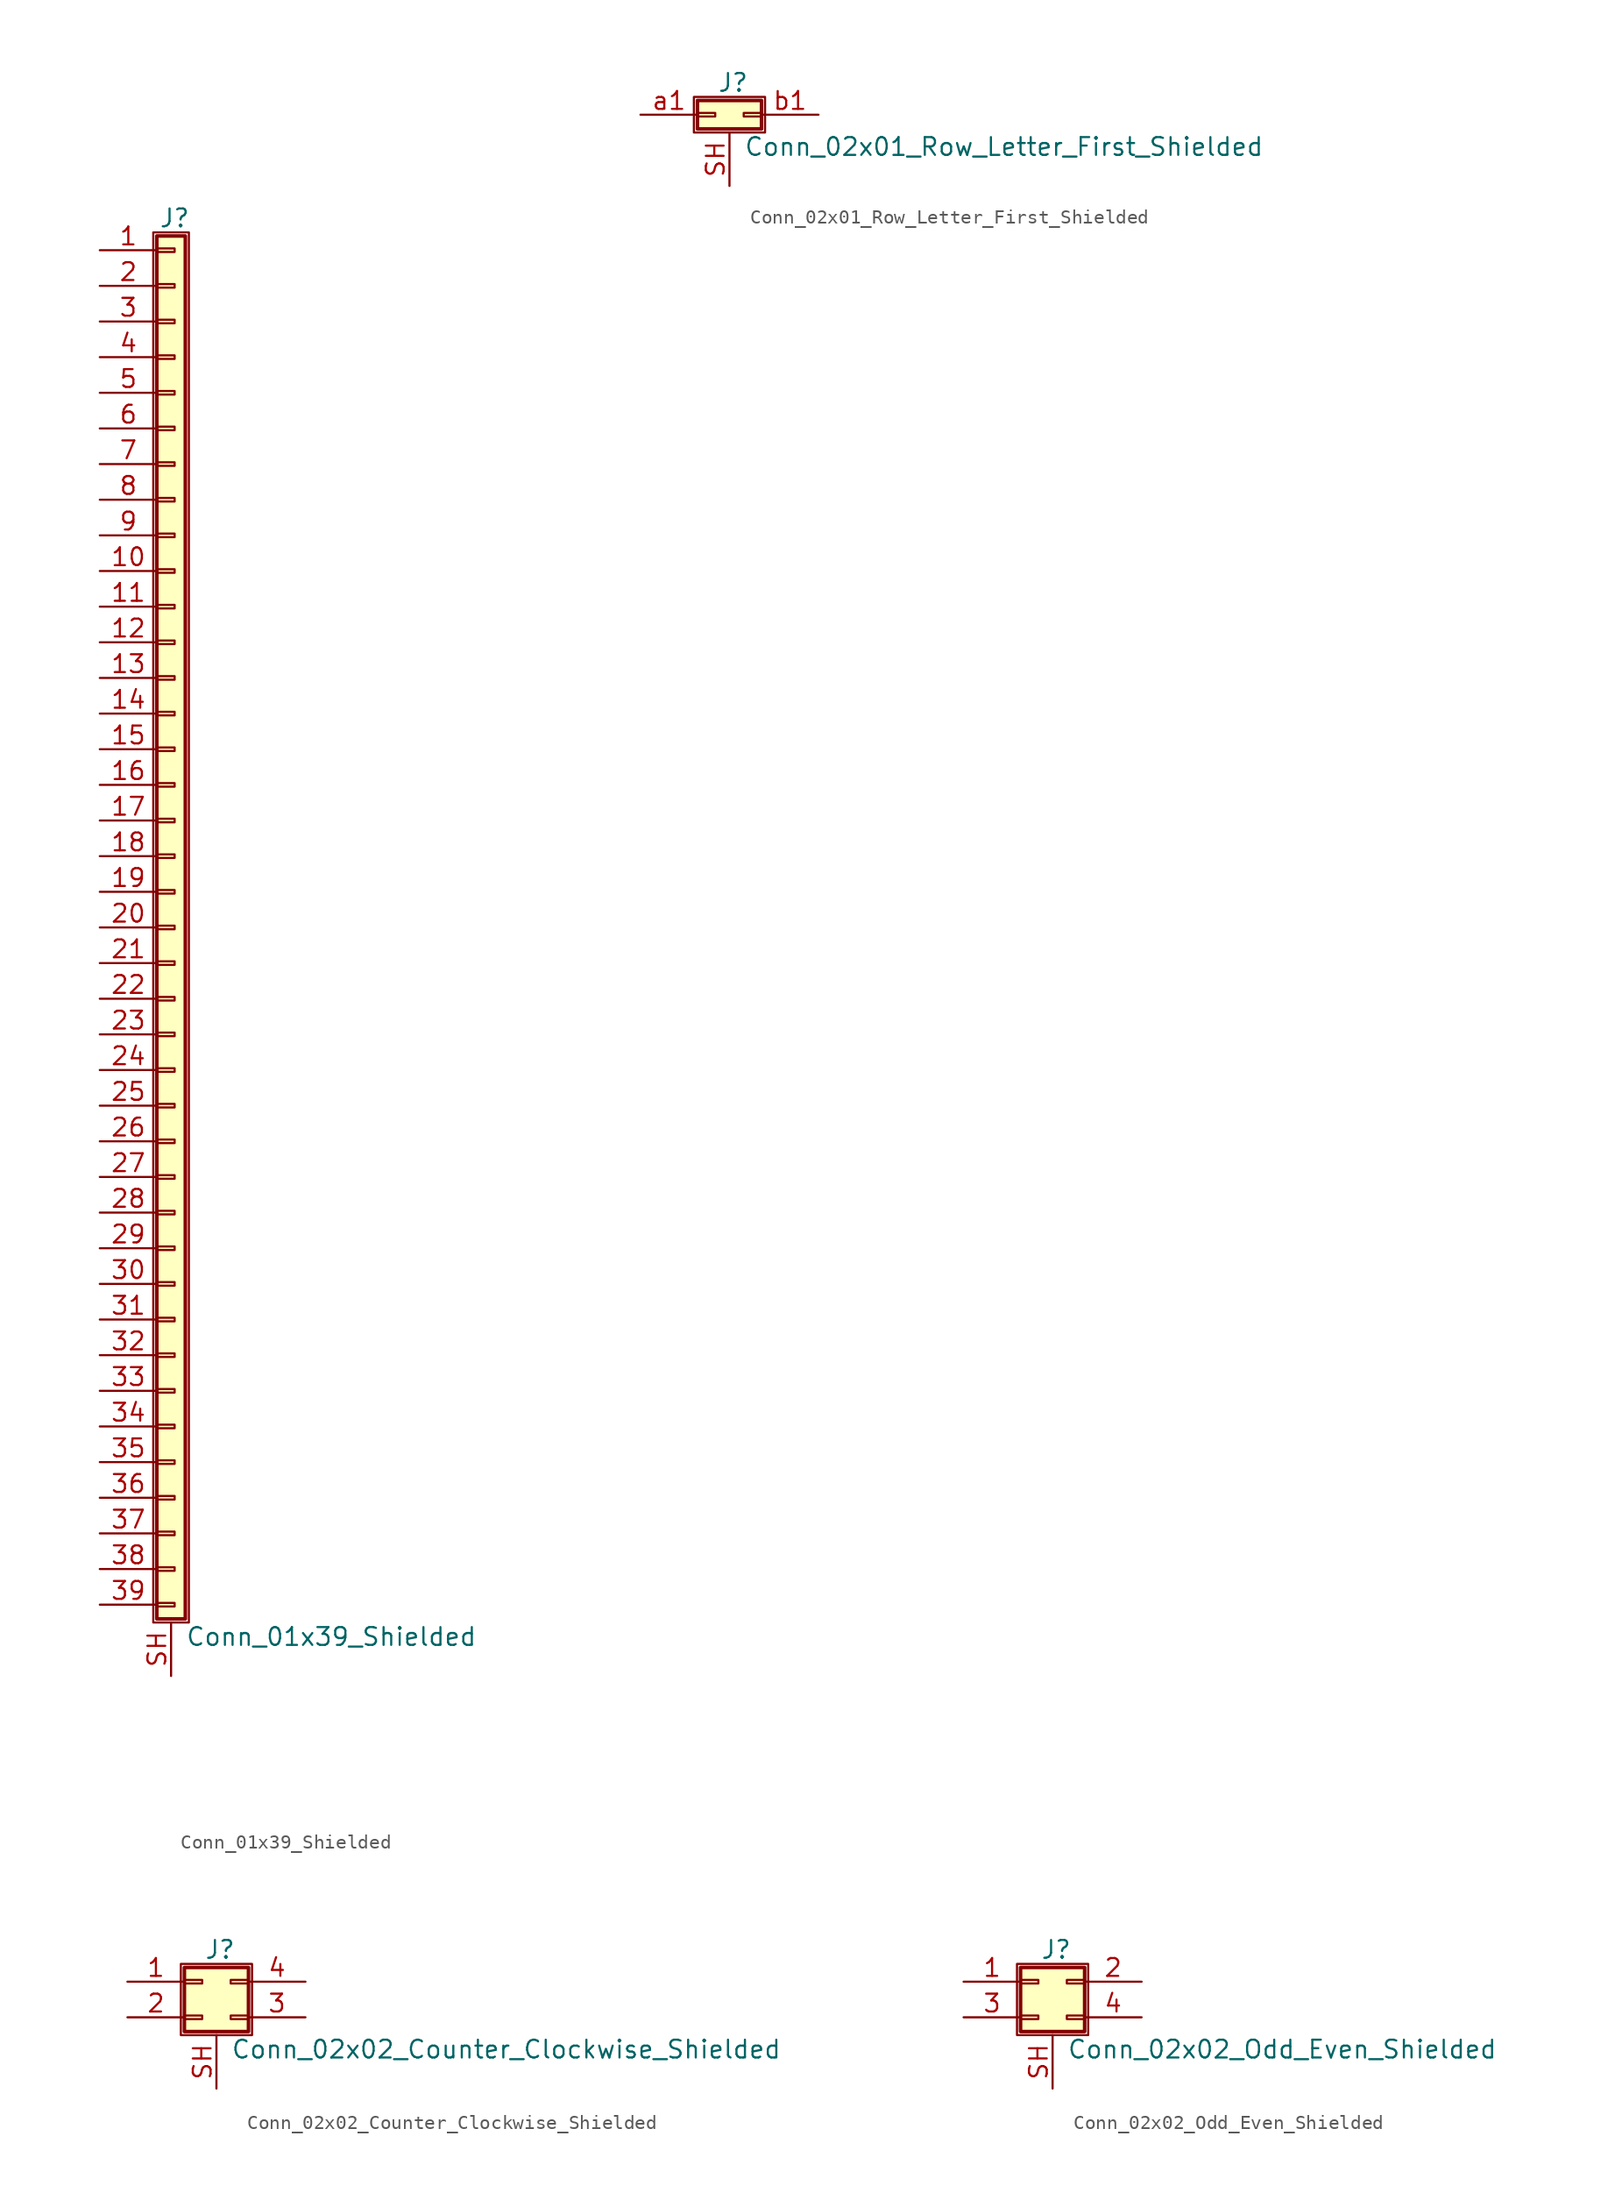
<source format=kicad_sym>
(kicad_symbol_lib
  (version 20220914)
  (generator kicad_symbol_editor)
  (symbol "Conn_01x39_Shielded"
    (pin_names
      (offset 1.016) hide)
    (property "Reference" "J"
      (at 0.254 50.546 0)
      (effects (font (size 1.27 1.27))))
    (property "Value" "Conn_01x39_Shielded"
      (at 1.016 -50.546 0)
      (effects (font (size 1.27 1.27)) (justify left)))
    (symbol "Conn_01x39_Shielded_1_1"
      (rectangle (start -1.27 49.53) (end 1.27 -49.53) (stroke (width 0.152) (type default)) (fill (type none)))
      (rectangle (start -1.016 -48.133) (end 0.254 -48.387) (stroke (width 0.152) (type default)) (fill (type none)))
      (rectangle (start -1.016 -45.593) (end 0.254 -45.847) (stroke (width 0.152) (type default)) (fill (type none)))
      (rectangle (start -1.016 -43.053) (end 0.254 -43.307) (stroke (width 0.152) (type default)) (fill (type none)))
      (rectangle (start -1.016 -40.513) (end 0.254 -40.767) (stroke (width 0.152) (type default)) (fill (type none)))
      (rectangle (start -1.016 -37.973) (end 0.254 -38.227) (stroke (width 0.152) (type default)) (fill (type none)))
      (rectangle (start -1.016 -35.433) (end 0.254 -35.687) (stroke (width 0.152) (type default)) (fill (type none)))
      (rectangle (start -1.016 -32.893) (end 0.254 -33.147) (stroke (width 0.152) (type default)) (fill (type none)))
      (rectangle (start -1.016 -30.353) (end 0.254 -30.607) (stroke (width 0.152) (type default)) (fill (type none)))
      (rectangle (start -1.016 -27.813) (end 0.254 -28.067) (stroke (width 0.152) (type default)) (fill (type none)))
      (rectangle (start -1.016 -25.273) (end 0.254 -25.527) (stroke (width 0.152) (type default)) (fill (type none)))
      (rectangle (start -1.016 -22.733) (end 0.254 -22.987) (stroke (width 0.152) (type default)) (fill (type none)))
      (rectangle (start -1.016 -20.193) (end 0.254 -20.447) (stroke (width 0.152) (type default)) (fill (type none)))
      (rectangle (start -1.016 -17.653) (end 0.254 -17.907) (stroke (width 0.152) (type default)) (fill (type none)))
      (rectangle (start -1.016 -15.113) (end 0.254 -15.367) (stroke (width 0.152) (type default)) (fill (type none)))
      (rectangle (start -1.016 -12.573) (end 0.254 -12.827) (stroke (width 0.152) (type default)) (fill (type none)))
      (rectangle (start -1.016 -10.033) (end 0.254 -10.287) (stroke (width 0.152) (type default)) (fill (type none)))
      (rectangle (start -1.016 -7.493) (end 0.254 -7.747) (stroke (width 0.152) (type default)) (fill (type none)))
      (rectangle (start -1.016 -4.953) (end 0.254 -5.207) (stroke (width 0.152) (type default)) (fill (type none)))
      (rectangle (start -1.016 -2.413) (end 0.254 -2.667) (stroke (width 0.152) (type default)) (fill (type none)))
      (rectangle (start -1.016 0.127) (end 0.254 -0.127) (stroke (width 0.152) (type default)) (fill (type none)))
      (rectangle (start -1.016 2.667) (end 0.254 2.413) (stroke (width 0.152) (type default)) (fill (type none)))
      (rectangle (start -1.016 5.207) (end 0.254 4.953) (stroke (width 0.152) (type default)) (fill (type none)))
      (rectangle (start -1.016 7.747) (end 0.254 7.493) (stroke (width 0.152) (type default)) (fill (type none)))
      (rectangle (start -1.016 10.287) (end 0.254 10.033) (stroke (width 0.152) (type default)) (fill (type none)))
      (rectangle (start -1.016 12.827) (end 0.254 12.573) (stroke (width 0.152) (type default)) (fill (type none)))
      (rectangle (start -1.016 15.367) (end 0.254 15.113) (stroke (width 0.152) (type default)) (fill (type none)))
      (rectangle (start -1.016 17.907) (end 0.254 17.653) (stroke (width 0.152) (type default)) (fill (type none)))
      (rectangle (start -1.016 20.447) (end 0.254 20.193) (stroke (width 0.152) (type default)) (fill (type none)))
      (rectangle (start -1.016 22.987) (end 0.254 22.733) (stroke (width 0.152) (type default)) (fill (type none)))
      (rectangle (start -1.016 25.527) (end 0.254 25.273) (stroke (width 0.152) (type default)) (fill (type none)))
      (rectangle (start -1.016 28.067) (end 0.254 27.813) (stroke (width 0.152) (type default)) (fill (type none)))
      (rectangle (start -1.016 30.607) (end 0.254 30.353) (stroke (width 0.152) (type default)) (fill (type none)))
      (rectangle (start -1.016 33.147) (end 0.254 32.893) (stroke (width 0.152) (type default)) (fill (type none)))
      (rectangle (start -1.016 35.687) (end 0.254 35.433) (stroke (width 0.152) (type default)) (fill (type none)))
      (rectangle (start -1.016 38.227) (end 0.254 37.973) (stroke (width 0.152) (type default)) (fill (type none)))
      (rectangle (start -1.016 40.767) (end 0.254 40.513) (stroke (width 0.152) (type default)) (fill (type none)))
      (rectangle (start -1.016 43.307) (end 0.254 43.053) (stroke (width 0.152) (type default)) (fill (type none)))
      (rectangle (start -1.016 45.847) (end 0.254 45.593) (stroke (width 0.152) (type default)) (fill (type none)))
      (rectangle (start -1.016 48.387) (end 0.254 48.133) (stroke (width 0.152) (type default)) (fill (type none)))
      (rectangle (start -1.016 49.276) (end 1.016 -49.276) (stroke (width 0.254) (type default)) (fill (type background)))
      (pin passive line (at -5.08 48.26 0) (length 4.064) (name "Pin_1" (effects (font (size 1.27 1.27)))) (number "1" (effects (font (size 1.27 1.27)))))
      (pin passive line (at -5.08 25.4 0) (length 4.064) (name "Pin_10" (effects (font (size 1.27 1.27)))) (number "10" (effects (font (size 1.27 1.27)))))
      (pin passive line (at -5.08 22.86 0) (length 4.064) (name "Pin_11" (effects (font (size 1.27 1.27)))) (number "11" (effects (font (size 1.27 1.27)))))
      (pin passive line (at -5.08 20.32 0) (length 4.064) (name "Pin_12" (effects (font (size 1.27 1.27)))) (number "12" (effects (font (size 1.27 1.27)))))
      (pin passive line (at -5.08 17.78 0) (length 4.064) (name "Pin_13" (effects (font (size 1.27 1.27)))) (number "13" (effects (font (size 1.27 1.27)))))
      (pin passive line (at -5.08 15.24 0) (length 4.064) (name "Pin_14" (effects (font (size 1.27 1.27)))) (number "14" (effects (font (size 1.27 1.27)))))
      (pin passive line (at -5.08 12.7 0) (length 4.064) (name "Pin_15" (effects (font (size 1.27 1.27)))) (number "15" (effects (font (size 1.27 1.27)))))
      (pin passive line (at -5.08 10.16 0) (length 4.064) (name "Pin_16" (effects (font (size 1.27 1.27)))) (number "16" (effects (font (size 1.27 1.27)))))
      (pin passive line (at -5.08 7.62 0) (length 4.064) (name "Pin_17" (effects (font (size 1.27 1.27)))) (number "17" (effects (font (size 1.27 1.27)))))
      (pin passive line (at -5.08 5.08 0) (length 4.064) (name "Pin_18" (effects (font (size 1.27 1.27)))) (number "18" (effects (font (size 1.27 1.27)))))
      (pin passive line (at -5.08 2.54 0) (length 4.064) (name "Pin_19" (effects (font (size 1.27 1.27)))) (number "19" (effects (font (size 1.27 1.27)))))
      (pin passive line (at -5.08 45.72 0) (length 4.064) (name "Pin_2" (effects (font (size 1.27 1.27)))) (number "2" (effects (font (size 1.27 1.27)))))
      (pin passive line (at -5.08 0 0) (length 4.064) (name "Pin_20" (effects (font (size 1.27 1.27)))) (number "20" (effects (font (size 1.27 1.27)))))
      (pin passive line (at -5.08 -2.54 0) (length 4.064) (name "Pin_21" (effects (font (size 1.27 1.27)))) (number "21" (effects (font (size 1.27 1.27)))))
      (pin passive line (at -5.08 -5.08 0) (length 4.064) (name "Pin_22" (effects (font (size 1.27 1.27)))) (number "22" (effects (font (size 1.27 1.27)))))
      (pin passive line (at -5.08 -7.62 0) (length 4.064) (name "Pin_23" (effects (font (size 1.27 1.27)))) (number "23" (effects (font (size 1.27 1.27)))))
      (pin passive line (at -5.08 -10.16 0) (length 4.064) (name "Pin_24" (effects (font (size 1.27 1.27)))) (number "24" (effects (font (size 1.27 1.27)))))
      (pin passive line (at -5.08 -12.7 0) (length 4.064) (name "Pin_25" (effects (font (size 1.27 1.27)))) (number "25" (effects (font (size 1.27 1.27)))))
      (pin passive line (at -5.08 -15.24 0) (length 4.064) (name "Pin_26" (effects (font (size 1.27 1.27)))) (number "26" (effects (font (size 1.27 1.27)))))
      (pin passive line (at -5.08 -17.78 0) (length 4.064) (name "Pin_27" (effects (font (size 1.27 1.27)))) (number "27" (effects (font (size 1.27 1.27)))))
      (pin passive line (at -5.08 -20.32 0) (length 4.064) (name "Pin_28" (effects (font (size 1.27 1.27)))) (number "28" (effects (font (size 1.27 1.27)))))
      (pin passive line (at -5.08 -22.86 0) (length 4.064) (name "Pin_29" (effects (font (size 1.27 1.27)))) (number "29" (effects (font (size 1.27 1.27)))))
      (pin passive line (at -5.08 43.18 0) (length 4.064) (name "Pin_3" (effects (font (size 1.27 1.27)))) (number "3" (effects (font (size 1.27 1.27)))))
      (pin passive line (at -5.08 -25.4 0) (length 4.064) (name "Pin_30" (effects (font (size 1.27 1.27)))) (number "30" (effects (font (size 1.27 1.27)))))
      (pin passive line (at -5.08 -27.94 0) (length 4.064) (name "Pin_31" (effects (font (size 1.27 1.27)))) (number "31" (effects (font (size 1.27 1.27)))))
      (pin passive line (at -5.08 -30.48 0) (length 4.064) (name "Pin_32" (effects (font (size 1.27 1.27)))) (number "32" (effects (font (size 1.27 1.27)))))
      (pin passive line (at -5.08 -33.02 0) (length 4.064) (name "Pin_33" (effects (font (size 1.27 1.27)))) (number "33" (effects (font (size 1.27 1.27)))))
      (pin passive line (at -5.08 -35.56 0) (length 4.064) (name "Pin_34" (effects (font (size 1.27 1.27)))) (number "34" (effects (font (size 1.27 1.27)))))
      (pin passive line (at -5.08 -38.1 0) (length 4.064) (name "Pin_35" (effects (font (size 1.27 1.27)))) (number "35" (effects (font (size 1.27 1.27)))))
      (pin passive line (at -5.08 -40.64 0) (length 4.064) (name "Pin_36" (effects (font (size 1.27 1.27)))) (number "36" (effects (font (size 1.27 1.27)))))
      (pin passive line (at -5.08 -43.18 0) (length 4.064) (name "Pin_37" (effects (font (size 1.27 1.27)))) (number "37" (effects (font (size 1.27 1.27)))))
      (pin passive line (at -5.08 -45.72 0) (length 4.064) (name "Pin_38" (effects (font (size 1.27 1.27)))) (number "38" (effects (font (size 1.27 1.27)))))
      (pin passive line (at -5.08 -48.26 0) (length 4.064) (name "Pin_39" (effects (font (size 1.27 1.27)))) (number "39" (effects (font (size 1.27 1.27)))))
      (pin passive line (at -5.08 40.64 0) (length 4.064) (name "Pin_4" (effects (font (size 1.27 1.27)))) (number "4" (effects (font (size 1.27 1.27)))))
      (pin passive line (at -5.08 38.1 0) (length 4.064) (name "Pin_5" (effects (font (size 1.27 1.27)))) (number "5" (effects (font (size 1.27 1.27)))))
      (pin passive line (at -5.08 35.56 0) (length 4.064) (name "Pin_6" (effects (font (size 1.27 1.27)))) (number "6" (effects (font (size 1.27 1.27)))))
      (pin passive line (at -5.08 33.02 0) (length 4.064) (name "Pin_7" (effects (font (size 1.27 1.27)))) (number "7" (effects (font (size 1.27 1.27)))))
      (pin passive line (at -5.08 30.48 0) (length 4.064) (name "Pin_8" (effects (font (size 1.27 1.27)))) (number "8" (effects (font (size 1.27 1.27)))))
      (pin passive line (at -5.08 27.94 0) (length 4.064) (name "Pin_9" (effects (font (size 1.27 1.27)))) (number "9" (effects (font (size 1.27 1.27)))))
      (pin passive line (at 0 -53.34 90) (length 3.81) (name "Shield" (effects (font (size 1.27 1.27)))) (number "SH" (effects (font (size 1.27 1.27)))))))
  (symbol "Conn_02x01_Row_Letter_First_Shielded"
    (pin_names
      (offset 1.016) hide)
    (property "Reference" "J"
      (at 1.524 2.286 0)
      (effects (font (size 1.27 1.27))))
    (property "Value" "Conn_02x01_Row_Letter_First_Shielded"
      (at 2.286 -2.286 0)
      (effects (font (size 1.27 1.27)) (justify left)))
    (symbol "Conn_02x01_Row_Letter_First_Shielded_1_1"
      (rectangle (start -1.27 1.27) (end 3.81 -1.27) (stroke (width 0.152) (type default)) (fill (type none)))
      (rectangle (start -1.016 0.127) (end 0.254 -0.127) (stroke (width 0.152) (type default)) (fill (type none)))
      (rectangle (start -1.016 1.016) (end 3.556 -1.016) (stroke (width 0.254) (type default)) (fill (type background)))
      (rectangle (start 3.556 0.127) (end 2.286 -0.127) (stroke (width 0.152) (type default)) (fill (type none)))
      (pin passive line (at 1.27 -5.08 90) (length 3.81) (name "Shield" (effects (font (size 1.27 1.27)))) (number "SH" (effects (font (size 1.27 1.27)))))
      (pin passive line (at -5.08 0 0) (length 4.064) (name "Pin_a1" (effects (font (size 1.27 1.27)))) (number "a1" (effects (font (size 1.27 1.27)))))
      (pin passive line (at 7.62 0 180) (length 4.064) (name "Pin_b1" (effects (font (size 1.27 1.27)))) (number "b1" (effects (font (size 1.27 1.27)))))))
  (symbol "Conn_02x02_Counter_Clockwise_Shielded"
    (pin_names
      (offset 1.016) hide)
    (property "Reference" "J"
      (at 1.524 2.286 0)
      (effects (font (size 1.27 1.27))))
    (property "Value" "Conn_02x02_Counter_Clockwise_Shielded"
      (at 2.286 -4.826 0)
      (effects (font (size 1.27 1.27)) (justify left)))
    (symbol "Conn_02x02_Counter_Clockwise_Shielded_1_1"
      (rectangle (start -1.27 1.27) (end 3.81 -3.81) (stroke (width 0.152) (type default)) (fill (type none)))
      (rectangle (start -1.016 -2.413) (end 0.254 -2.667) (stroke (width 0.152) (type default)) (fill (type none)))
      (rectangle (start -1.016 0.127) (end 0.254 -0.127) (stroke (width 0.152) (type default)) (fill (type none)))
      (rectangle (start -1.016 1.016) (end 3.556 -3.556) (stroke (width 0.254) (type default)) (fill (type background)))
      (rectangle (start 3.556 -2.413) (end 2.286 -2.667) (stroke (width 0.152) (type default)) (fill (type none)))
      (rectangle (start 3.556 0.127) (end 2.286 -0.127) (stroke (width 0.152) (type default)) (fill (type none)))
      (pin passive line (at -5.08 0 0) (length 4.064) (name "Pin_1" (effects (font (size 1.27 1.27)))) (number "1" (effects (font (size 1.27 1.27)))))
      (pin passive line (at -5.08 -2.54 0) (length 4.064) (name "Pin_2" (effects (font (size 1.27 1.27)))) (number "2" (effects (font (size 1.27 1.27)))))
      (pin passive line (at 7.62 -2.54 180) (length 4.064) (name "Pin_3" (effects (font (size 1.27 1.27)))) (number "3" (effects (font (size 1.27 1.27)))))
      (pin passive line (at 7.62 0 180) (length 4.064) (name "Pin_4" (effects (font (size 1.27 1.27)))) (number "4" (effects (font (size 1.27 1.27)))))
      (pin passive line (at 1.27 -7.62 90) (length 3.81) (name "Shield" (effects (font (size 1.27 1.27)))) (number "SH" (effects (font (size 1.27 1.27)))))))
  (symbol "Conn_02x02_Odd_Even_Shielded"
    (pin_names
      (offset 1.016) hide)
    (property "Reference" "J"
      (at 1.524 2.286 0)
      (effects (font (size 1.27 1.27))))
    (property "Value" "Conn_02x02_Odd_Even_Shielded"
      (at 2.286 -4.826 0)
      (effects (font (size 1.27 1.27)) (justify left)))
    (symbol "Conn_02x02_Odd_Even_Shielded_1_1"
      (rectangle (start -1.27 1.27) (end 3.81 -3.81) (stroke (width 0.152) (type default)) (fill (type none)))
      (rectangle (start -1.016 -2.413) (end 0.254 -2.667) (stroke (width 0.152) (type default)) (fill (type none)))
      (rectangle (start -1.016 0.127) (end 0.254 -0.127) (stroke (width 0.152) (type default)) (fill (type none)))
      (rectangle (start -1.016 1.016) (end 3.556 -3.556) (stroke (width 0.254) (type default)) (fill (type background)))
      (rectangle (start 3.556 -2.413) (end 2.286 -2.667) (stroke (width 0.152) (type default)) (fill (type none)))
      (rectangle (start 3.556 0.127) (end 2.286 -0.127) (stroke (width 0.152) (type default)) (fill (type none)))
      (pin passive line (at -5.08 0 0) (length 4.064) (name "Pin_1" (effects (font (size 1.27 1.27)))) (number "1" (effects (font (size 1.27 1.27)))))
      (pin passive line (at 7.62 0 180) (length 4.064) (name "Pin_2" (effects (font (size 1.27 1.27)))) (number "2" (effects (font (size 1.27 1.27)))))
      (pin passive line (at -5.08 -2.54 0) (length 4.064) (name "Pin_3" (effects (font (size 1.27 1.27)))) (number "3" (effects (font (size 1.27 1.27)))))
      (pin passive line (at 7.62 -2.54 180) (length 4.064) (name "Pin_4" (effects (font (size 1.27 1.27)))) (number "4" (effects (font (size 1.27 1.27)))))
      (pin passive line (at 1.27 -7.62 90) (length 3.81) (name "Shield" (effects (font (size 1.27 1.27)))) (number "SH" (effects (font (size 1.27 1.27))))))))
</source>
